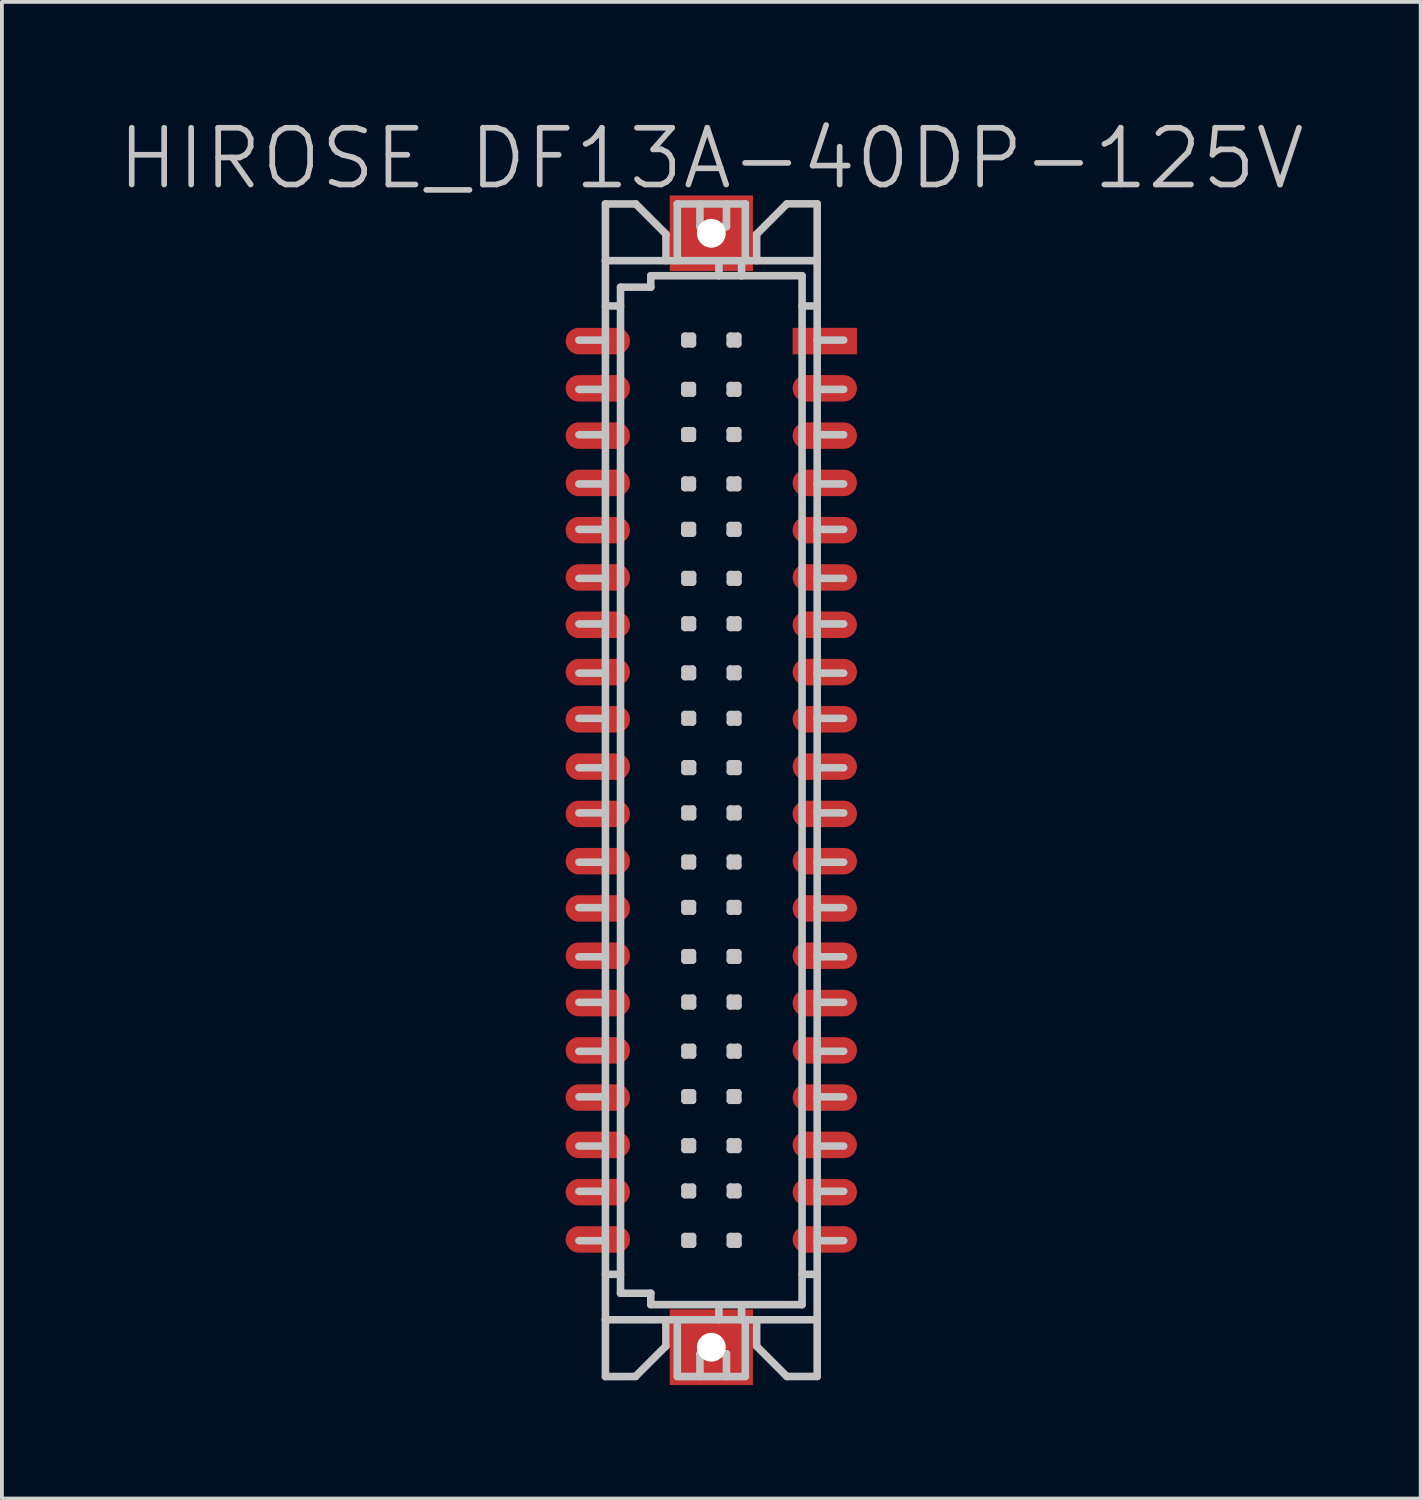
<source format=kicad_pcb>
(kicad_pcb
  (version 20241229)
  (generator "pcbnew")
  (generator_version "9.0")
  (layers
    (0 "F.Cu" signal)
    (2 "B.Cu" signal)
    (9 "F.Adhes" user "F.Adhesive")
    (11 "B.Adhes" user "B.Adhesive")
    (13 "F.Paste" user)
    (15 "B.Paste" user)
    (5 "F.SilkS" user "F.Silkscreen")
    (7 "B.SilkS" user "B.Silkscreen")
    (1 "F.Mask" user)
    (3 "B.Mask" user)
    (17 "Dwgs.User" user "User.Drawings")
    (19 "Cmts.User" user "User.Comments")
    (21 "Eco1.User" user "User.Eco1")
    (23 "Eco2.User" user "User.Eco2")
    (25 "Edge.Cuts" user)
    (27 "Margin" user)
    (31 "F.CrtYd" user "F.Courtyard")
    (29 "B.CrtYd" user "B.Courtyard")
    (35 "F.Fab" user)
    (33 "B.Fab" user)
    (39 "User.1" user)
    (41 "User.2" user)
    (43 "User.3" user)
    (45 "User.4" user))
  (footprint "HIROSE_DF13A-40DP-125V"
    (layer "F.Cu")
    (at 15.754 17.841)
    (property "Reference" "HIROSE_DF13A-40DP-125V" (at 0 -16.7 180) (layer "Dwgs.User") (effects (font (size 1.5 1.5) (thickness 0.15))))
    (attr smd)
    (fp_line (start -2.799 -15.502) (end -2.799 -14) (stroke (width 0.2) (type solid)) (layer "Dwgs.User"))
    (fp_line (start -2.799 -15.499) (end -1.999 -15.499) (stroke (width 0.2) (type solid)) (layer "Dwgs.User"))
    (fp_line (start -2.799 -14) (end -2.799 14) (stroke (width 0.2) (type solid)) (layer "Dwgs.User"))
    (fp_line (start -2.799 -11.9) (end -3.5 -11.9) (stroke (width 0.2) (type solid)) (layer "Dwgs.User"))
    (fp_line (start -2.799 -10.597) (end -3.5 -10.597) (stroke (width 0.2) (type solid)) (layer "Dwgs.User"))
    (fp_line (start -2.799 -9.398) (end -3.5 -9.398) (stroke (width 0.2) (type solid)) (layer "Dwgs.User"))
    (fp_line (start -2.799 -8.098) (end -3.5 -8.098) (stroke (width 0.2) (type solid)) (layer "Dwgs.User"))
    (fp_line (start -2.799 -6.896) (end -3.5 -6.896) (stroke (width 0.2) (type solid)) (layer "Dwgs.User"))
    (fp_line (start -2.799 -5.601) (end -3.5 -5.601) (stroke (width 0.2) (type solid)) (layer "Dwgs.User"))
    (fp_line (start -2.799 -4.397) (end -3.5 -4.397) (stroke (width 0.2) (type solid)) (layer "Dwgs.User"))
    (fp_line (start -2.799 -3.096) (end -3.5 -3.096) (stroke (width 0.2) (type solid)) (layer "Dwgs.User"))
    (fp_line (start -2.799 -1.9) (end -3.5 -1.9) (stroke (width 0.2) (type solid)) (layer "Dwgs.User"))
    (fp_line (start -2.799 -0.594) (end -3.5 -0.594) (stroke (width 0.2) (type solid)) (layer "Dwgs.User"))
    (fp_line (start -2.799 0.599) (end -3.5 0.599) (stroke (width 0.2) (type solid)) (layer "Dwgs.User"))
    (fp_line (start -2.799 1.902) (end -3.5 1.902) (stroke (width 0.2) (type solid)) (layer "Dwgs.User"))
    (fp_line (start -2.799 3.104) (end -3.5 3.104) (stroke (width 0.2) (type solid)) (layer "Dwgs.User"))
    (fp_line (start -2.799 4.402) (end -3.5 4.402) (stroke (width 0.2) (type solid)) (layer "Dwgs.User"))
    (fp_line (start -2.799 5.606) (end -3.5 5.606) (stroke (width 0.2) (type solid)) (layer "Dwgs.User"))
    (fp_line (start -2.799 6.901) (end -3.5 6.901) (stroke (width 0.2) (type solid)) (layer "Dwgs.User"))
    (fp_line (start -2.799 8.105) (end -3.5 8.105) (stroke (width 0.2) (type solid)) (layer "Dwgs.User"))
    (fp_line (start -2.799 9.406) (end -3.5 9.406) (stroke (width 0.2) (type solid)) (layer "Dwgs.User"))
    (fp_line (start -2.799 10.602) (end -3.5 10.602) (stroke (width 0.2) (type solid)) (layer "Dwgs.User"))
    (fp_line (start -2.799 11.908) (end -3.5 11.908) (stroke (width 0.2) (type solid)) (layer "Dwgs.User"))
    (fp_line (start -2.799 13.998) (end -2.799 15.499) (stroke (width 0.2) (type solid)) (layer "Dwgs.User"))
    (fp_line (start -2.799 13.998) (end 2.799 13.998) (stroke (width 0.2) (type solid)) (layer "Dwgs.User"))
    (fp_line (start -2.799 15.499) (end -1.999 15.499) (stroke (width 0.2) (type solid)) (layer "Dwgs.User"))
    (fp_line (start -2.4 -13.299) (end -1.6 -13.299) (stroke (width 0.2) (type solid)) (layer "Dwgs.User"))
    (fp_line (start -2.4 -12.802) (end -2.799 -12.802) (stroke (width 0.2) (type solid)) (layer "Dwgs.User"))
    (fp_line (start -2.4 12.797) (end -2.799 12.797) (stroke (width 0.2) (type solid)) (layer "Dwgs.User"))
    (fp_line (start -2.4 13.299) (end -2.4 -13.299) (stroke (width 0.2) (type solid)) (layer "Dwgs.User"))
    (fp_line (start -1.6 -13.602) (end 2.4 -13.602) (stroke (width 0.2) (type solid)) (layer "Dwgs.User"))
    (fp_line (start -1.6 -13.299) (end -1.6 -13.602) (stroke (width 0.2) (type solid)) (layer "Dwgs.User"))
    (fp_line (start -1.6 13.297) (end -2.4 13.297) (stroke (width 0.2) (type solid)) (layer "Dwgs.User"))
    (fp_line (start -1.6 13.599) (end -1.6 13.297) (stroke (width 0.2) (type solid)) (layer "Dwgs.User"))
    (fp_line (start -1.201 13.995) (end -1.201 14.696) (stroke (width 0.2) (type solid)) (layer "Dwgs.User"))
    (fp_line (start -1.201 14.694) (end -2.002 15.494) (stroke (width 0.2) (type solid)) (layer "Dwgs.User"))
    (fp_line (start -1.199 -14.702) (end -1.999 -15.502) (stroke (width 0.2) (type solid)) (layer "Dwgs.User"))
    (fp_line (start -1.199 -14) (end -1.199 -14.702) (stroke (width 0.2) (type solid)) (layer "Dwgs.User"))
    (fp_line (start -0.899 -15.502) (end -0.899 -14) (stroke (width 0.2) (type solid)) (layer "Dwgs.User"))
    (fp_line (start -0.899 -15.499) (end 0.899 -15.499) (stroke (width 0.2) (type solid)) (layer "Dwgs.User"))
    (fp_line (start -0.899 15.497) (end -0.899 13.998) (stroke (width 0.2) (type solid)) (layer "Dwgs.User"))
    (fp_line (start -0.699 -12.002) (end -0.699 -11.801) (stroke (width 0.2) (type solid)) (layer "Dwgs.User"))
    (fp_line (start -0.699 -11.801) (end -0.498 -11.801) (stroke (width 0.2) (type solid)) (layer "Dwgs.User"))
    (fp_line (start -0.699 -10.698) (end -0.5 -10.698) (stroke (width 0.2) (type solid)) (layer "Dwgs.User"))
    (fp_line (start -0.699 -10.5) (end -0.699 -10.698) (stroke (width 0.2) (type solid)) (layer "Dwgs.User"))
    (fp_line (start -0.699 -9.502) (end -0.5 -9.502) (stroke (width 0.2) (type solid)) (layer "Dwgs.User"))
    (fp_line (start -0.699 -9.304) (end -0.699 -9.502) (stroke (width 0.2) (type solid)) (layer "Dwgs.User"))
    (fp_line (start -0.699 -8.199) (end -0.5 -8.199) (stroke (width 0.2) (type solid)) (layer "Dwgs.User"))
    (fp_line (start -0.699 -8.001) (end -0.699 -8.199) (stroke (width 0.2) (type solid)) (layer "Dwgs.User"))
    (fp_line (start -0.699 -6.998) (end -0.498 -6.998) (stroke (width 0.2) (type solid)) (layer "Dwgs.User"))
    (fp_line (start -0.699 -6.797) (end -0.699 -6.998) (stroke (width 0.2) (type solid)) (layer "Dwgs.User"))
    (fp_line (start -0.696 -5.702) (end -0.696 -5.502) (stroke (width 0.2) (type solid)) (layer "Dwgs.User"))
    (fp_line (start -0.696 -5.502) (end -0.495 -5.502) (stroke (width 0.2) (type solid)) (layer "Dwgs.User"))
    (fp_line (start -0.696 -4.501) (end -0.498 -4.501) (stroke (width 0.2) (type solid)) (layer "Dwgs.User"))
    (fp_line (start -0.696 -4.303) (end -0.696 -4.501) (stroke (width 0.2) (type solid)) (layer "Dwgs.User"))
    (fp_line (start -0.696 -3.203) (end -0.498 -3.203) (stroke (width 0.2) (type solid)) (layer "Dwgs.User"))
    (fp_line (start -0.696 -3.005) (end -0.696 -3.203) (stroke (width 0.2) (type solid)) (layer "Dwgs.User"))
    (fp_line (start -0.696 -2.002) (end -0.498 -2.002) (stroke (width 0.2) (type solid)) (layer "Dwgs.User"))
    (fp_line (start -0.696 -1.803) (end -0.696 -2.002) (stroke (width 0.2) (type solid)) (layer "Dwgs.User"))
    (fp_line (start -0.696 -0.699) (end -0.495 -0.699) (stroke (width 0.2) (type solid)) (layer "Dwgs.User"))
    (fp_line (start -0.696 -0.498) (end -0.696 -0.699) (stroke (width 0.2) (type solid)) (layer "Dwgs.User"))
    (fp_line (start -0.696 0.498) (end -0.696 0.699) (stroke (width 0.2) (type solid)) (layer "Dwgs.User"))
    (fp_line (start -0.696 0.699) (end -0.495 0.699) (stroke (width 0.2) (type solid)) (layer "Dwgs.User"))
    (fp_line (start -0.696 1.798) (end -0.498 1.798) (stroke (width 0.2) (type solid)) (layer "Dwgs.User"))
    (fp_line (start -0.696 1.996) (end -0.696 1.798) (stroke (width 0.2) (type solid)) (layer "Dwgs.User"))
    (fp_line (start -0.696 2.997) (end -0.498 2.997) (stroke (width 0.2) (type solid)) (layer "Dwgs.User"))
    (fp_line (start -0.696 3.195) (end -0.696 2.997) (stroke (width 0.2) (type solid)) (layer "Dwgs.User"))
    (fp_line (start -0.696 4.295) (end -0.498 4.295) (stroke (width 0.2) (type solid)) (layer "Dwgs.User"))
    (fp_line (start -0.696 4.493) (end -0.696 4.295) (stroke (width 0.2) (type solid)) (layer "Dwgs.User"))
    (fp_line (start -0.696 5.499) (end -0.495 5.499) (stroke (width 0.2) (type solid)) (layer "Dwgs.User"))
    (fp_line (start -0.696 5.7) (end -0.696 5.499) (stroke (width 0.2) (type solid)) (layer "Dwgs.User"))
    (fp_line (start -0.696 6.797) (end -0.696 6.998) (stroke (width 0.2) (type solid)) (layer "Dwgs.User"))
    (fp_line (start -0.696 6.998) (end -0.495 6.998) (stroke (width 0.2) (type solid)) (layer "Dwgs.User"))
    (fp_line (start -0.696 7.998) (end -0.498 7.998) (stroke (width 0.2) (type solid)) (layer "Dwgs.User"))
    (fp_line (start -0.696 8.197) (end -0.696 7.998) (stroke (width 0.2) (type solid)) (layer "Dwgs.User"))
    (fp_line (start -0.696 9.296) (end -0.498 9.296) (stroke (width 0.2) (type solid)) (layer "Dwgs.User"))
    (fp_line (start -0.696 9.495) (end -0.696 9.296) (stroke (width 0.2) (type solid)) (layer "Dwgs.User"))
    (fp_line (start -0.696 10.493) (end -0.498 10.493) (stroke (width 0.2) (type solid)) (layer "Dwgs.User"))
    (fp_line (start -0.696 10.691) (end -0.696 10.493) (stroke (width 0.2) (type solid)) (layer "Dwgs.User"))
    (fp_line (start -0.696 11.798) (end -0.495 11.798) (stroke (width 0.2) (type solid)) (layer "Dwgs.User"))
    (fp_line (start -0.696 11.999) (end -0.696 11.798) (stroke (width 0.2) (type solid)) (layer "Dwgs.User"))
    (fp_line (start -0.5 -10.698) (end -0.5 -10.5) (stroke (width 0.2) (type solid)) (layer "Dwgs.User"))
    (fp_line (start -0.5 -10.5) (end -0.699 -10.5) (stroke (width 0.2) (type solid)) (layer "Dwgs.User"))
    (fp_line (start -0.5 -9.502) (end -0.5 -9.304) (stroke (width 0.2) (type solid)) (layer "Dwgs.User"))
    (fp_line (start -0.5 -9.304) (end -0.699 -9.304) (stroke (width 0.2) (type solid)) (layer "Dwgs.User"))
    (fp_line (start -0.5 -8.199) (end -0.5 -8.001) (stroke (width 0.2) (type solid)) (layer "Dwgs.User"))
    (fp_line (start -0.5 -8.001) (end -0.699 -8.001) (stroke (width 0.2) (type solid)) (layer "Dwgs.User"))
    (fp_line (start -0.498 -12.002) (end -0.699 -12.002) (stroke (width 0.2) (type solid)) (layer "Dwgs.User"))
    (fp_line (start -0.498 -11.801) (end -0.498 -12.002) (stroke (width 0.2) (type solid)) (layer "Dwgs.User"))
    (fp_line (start -0.498 -6.998) (end -0.498 -6.797) (stroke (width 0.2) (type solid)) (layer "Dwgs.User"))
    (fp_line (start -0.498 -6.797) (end -0.699 -6.797) (stroke (width 0.2) (type solid)) (layer "Dwgs.User"))
    (fp_line (start -0.498 -4.501) (end -0.498 -4.303) (stroke (width 0.2) (type solid)) (layer "Dwgs.User"))
    (fp_line (start -0.498 -4.303) (end -0.696 -4.303) (stroke (width 0.2) (type solid)) (layer "Dwgs.User"))
    (fp_line (start -0.498 -3.203) (end -0.498 -3.005) (stroke (width 0.2) (type solid)) (layer "Dwgs.User"))
    (fp_line (start -0.498 -3.005) (end -0.696 -3.005) (stroke (width 0.2) (type solid)) (layer "Dwgs.User"))
    (fp_line (start -0.498 -2.002) (end -0.498 -1.803) (stroke (width 0.2) (type solid)) (layer "Dwgs.User"))
    (fp_line (start -0.498 -1.803) (end -0.696 -1.803) (stroke (width 0.2) (type solid)) (layer "Dwgs.User"))
    (fp_line (start -0.498 1.798) (end -0.498 1.996) (stroke (width 0.2) (type solid)) (layer "Dwgs.User"))
    (fp_line (start -0.498 1.996) (end -0.696 1.996) (stroke (width 0.2) (type solid)) (layer "Dwgs.User"))
    (fp_line (start -0.498 2.997) (end -0.498 3.195) (stroke (width 0.2) (type solid)) (layer "Dwgs.User"))
    (fp_line (start -0.498 3.195) (end -0.696 3.195) (stroke (width 0.2) (type solid)) (layer "Dwgs.User"))
    (fp_line (start -0.498 4.295) (end -0.498 4.493) (stroke (width 0.2) (type solid)) (layer "Dwgs.User"))
    (fp_line (start -0.498 4.493) (end -0.696 4.493) (stroke (width 0.2) (type solid)) (layer "Dwgs.User"))
    (fp_line (start -0.498 7.998) (end -0.498 8.197) (stroke (width 0.2) (type solid)) (layer "Dwgs.User"))
    (fp_line (start -0.498 8.197) (end -0.696 8.197) (stroke (width 0.2) (type solid)) (layer "Dwgs.User"))
    (fp_line (start -0.498 9.296) (end -0.498 9.495) (stroke (width 0.2) (type solid)) (layer "Dwgs.User"))
    (fp_line (start -0.498 9.495) (end -0.696 9.495) (stroke (width 0.2) (type solid)) (layer "Dwgs.User"))
    (fp_line (start -0.498 10.493) (end -0.498 10.691) (stroke (width 0.2) (type solid)) (layer "Dwgs.User"))
    (fp_line (start -0.498 10.691) (end -0.696 10.691) (stroke (width 0.2) (type solid)) (layer "Dwgs.User"))
    (fp_line (start -0.495 -5.702) (end -0.696 -5.702) (stroke (width 0.2) (type solid)) (layer "Dwgs.User"))
    (fp_line (start -0.495 -5.502) (end -0.495 -5.702) (stroke (width 0.2) (type solid)) (layer "Dwgs.User"))
    (fp_line (start -0.495 -0.699) (end -0.495 -0.498) (stroke (width 0.2) (type solid)) (layer "Dwgs.User"))
    (fp_line (start -0.495 -0.498) (end -0.696 -0.498) (stroke (width 0.2) (type solid)) (layer "Dwgs.User"))
    (fp_line (start -0.495 0.498) (end -0.696 0.498) (stroke (width 0.2) (type solid)) (layer "Dwgs.User"))
    (fp_line (start -0.495 0.699) (end -0.495 0.498) (stroke (width 0.2) (type solid)) (layer "Dwgs.User"))
    (fp_line (start -0.495 5.499) (end -0.495 5.7) (stroke (width 0.2) (type solid)) (layer "Dwgs.User"))
    (fp_line (start -0.495 5.7) (end -0.696 5.7) (stroke (width 0.2) (type solid)) (layer "Dwgs.User"))
    (fp_line (start -0.495 6.797) (end -0.696 6.797) (stroke (width 0.2) (type solid)) (layer "Dwgs.User"))
    (fp_line (start -0.495 6.998) (end -0.495 6.797) (stroke (width 0.2) (type solid)) (layer "Dwgs.User"))
    (fp_line (start -0.495 11.798) (end -0.495 11.999) (stroke (width 0.2) (type solid)) (layer "Dwgs.User"))
    (fp_line (start -0.495 11.999) (end -0.696 11.999) (stroke (width 0.2) (type solid)) (layer "Dwgs.User"))
    (fp_line (start -0.3 -14.9) (end -0.3 -15.499) (stroke (width 0.2) (type solid)) (layer "Dwgs.User"))
    (fp_line (start -0.3 14.9) (end -0.3 15.499) (stroke (width 0.2) (type solid)) (layer "Dwgs.User"))
    (fp_line (start 0.201 -14) (end 0.201 -13.599) (stroke (width 0.2) (type solid)) (layer "Dwgs.User"))
    (fp_line (start 0.201 13.599) (end 0.201 14) (stroke (width 0.2) (type solid)) (layer "Dwgs.User"))
    (fp_line (start 0.401 -15.499) (end 0.401 -14.9) (stroke (width 0.2) (type solid)) (layer "Dwgs.User"))
    (fp_line (start 0.401 -14.9) (end -0.3 -14.9) (stroke (width 0.2) (type solid)) (layer "Dwgs.User"))
    (fp_line (start 0.401 14.897) (end -0.3 14.897) (stroke (width 0.2) (type solid)) (layer "Dwgs.User"))
    (fp_line (start 0.401 14.9) (end 0.401 15.499) (stroke (width 0.2) (type solid)) (layer "Dwgs.User"))
    (fp_line (start 0.5 -12.002) (end 0.5 -11.801) (stroke (width 0.2) (type solid)) (layer "Dwgs.User"))
    (fp_line (start 0.5 -11.801) (end 0.701 -11.801) (stroke (width 0.2) (type solid)) (layer "Dwgs.User"))
    (fp_line (start 0.5 -10.698) (end 0.699 -10.698) (stroke (width 0.2) (type solid)) (layer "Dwgs.User"))
    (fp_line (start 0.5 -10.5) (end 0.5 -10.698) (stroke (width 0.2) (type solid)) (layer "Dwgs.User"))
    (fp_line (start 0.5 -9.502) (end 0.699 -9.502) (stroke (width 0.2) (type solid)) (layer "Dwgs.User"))
    (fp_line (start 0.5 -9.304) (end 0.5 -9.502) (stroke (width 0.2) (type solid)) (layer "Dwgs.User"))
    (fp_line (start 0.5 -8.199) (end 0.699 -8.199) (stroke (width 0.2) (type solid)) (layer "Dwgs.User"))
    (fp_line (start 0.5 -8.001) (end 0.5 -8.199) (stroke (width 0.2) (type solid)) (layer "Dwgs.User"))
    (fp_line (start 0.5 -6.998) (end 0.701 -6.998) (stroke (width 0.2) (type solid)) (layer "Dwgs.User"))
    (fp_line (start 0.5 -6.797) (end 0.5 -6.998) (stroke (width 0.2) (type solid)) (layer "Dwgs.User"))
    (fp_line (start 0.503 -5.702) (end 0.503 -5.502) (stroke (width 0.2) (type solid)) (layer "Dwgs.User"))
    (fp_line (start 0.503 -5.502) (end 0.704 -5.502) (stroke (width 0.2) (type solid)) (layer "Dwgs.User"))
    (fp_line (start 0.503 -4.501) (end 0.701 -4.501) (stroke (width 0.2) (type solid)) (layer "Dwgs.User"))
    (fp_line (start 0.503 -4.303) (end 0.503 -4.501) (stroke (width 0.2) (type solid)) (layer "Dwgs.User"))
    (fp_line (start 0.503 -3.203) (end 0.701 -3.203) (stroke (width 0.2) (type solid)) (layer "Dwgs.User"))
    (fp_line (start 0.503 -3.005) (end 0.503 -3.203) (stroke (width 0.2) (type solid)) (layer "Dwgs.User"))
    (fp_line (start 0.503 -2.002) (end 0.701 -2.002) (stroke (width 0.2) (type solid)) (layer "Dwgs.User"))
    (fp_line (start 0.503 -1.803) (end 0.503 -2.002) (stroke (width 0.2) (type solid)) (layer "Dwgs.User"))
    (fp_line (start 0.503 -0.699) (end 0.704 -0.699) (stroke (width 0.2) (type solid)) (layer "Dwgs.User"))
    (fp_line (start 0.503 -0.498) (end 0.503 -0.699) (stroke (width 0.2) (type solid)) (layer "Dwgs.User"))
    (fp_line (start 0.503 0.498) (end 0.503 0.699) (stroke (width 0.2) (type solid)) (layer "Dwgs.User"))
    (fp_line (start 0.503 0.699) (end 0.704 0.699) (stroke (width 0.2) (type solid)) (layer "Dwgs.User"))
    (fp_line (start 0.503 1.798) (end 0.701 1.798) (stroke (width 0.2) (type solid)) (layer "Dwgs.User"))
    (fp_line (start 0.503 1.996) (end 0.503 1.798) (stroke (width 0.2) (type solid)) (layer "Dwgs.User"))
    (fp_line (start 0.503 2.997) (end 0.701 2.997) (stroke (width 0.2) (type solid)) (layer "Dwgs.User"))
    (fp_line (start 0.503 3.195) (end 0.503 2.997) (stroke (width 0.2) (type solid)) (layer "Dwgs.User"))
    (fp_line (start 0.503 4.295) (end 0.701 4.295) (stroke (width 0.2) (type solid)) (layer "Dwgs.User"))
    (fp_line (start 0.503 4.493) (end 0.503 4.295) (stroke (width 0.2) (type solid)) (layer "Dwgs.User"))
    (fp_line (start 0.503 5.499) (end 0.704 5.499) (stroke (width 0.2) (type solid)) (layer "Dwgs.User"))
    (fp_line (start 0.503 5.7) (end 0.503 5.499) (stroke (width 0.2) (type solid)) (layer "Dwgs.User"))
    (fp_line (start 0.503 6.797) (end 0.503 6.998) (stroke (width 0.2) (type solid)) (layer "Dwgs.User"))
    (fp_line (start 0.503 6.998) (end 0.704 6.998) (stroke (width 0.2) (type solid)) (layer "Dwgs.User"))
    (fp_line (start 0.503 7.998) (end 0.701 7.998) (stroke (width 0.2) (type solid)) (layer "Dwgs.User"))
    (fp_line (start 0.503 8.197) (end 0.503 7.998) (stroke (width 0.2) (type solid)) (layer "Dwgs.User"))
    (fp_line (start 0.503 9.296) (end 0.701 9.296) (stroke (width 0.2) (type solid)) (layer "Dwgs.User"))
    (fp_line (start 0.503 9.495) (end 0.503 9.296) (stroke (width 0.2) (type solid)) (layer "Dwgs.User"))
    (fp_line (start 0.503 10.493) (end 0.701 10.493) (stroke (width 0.2) (type solid)) (layer "Dwgs.User"))
    (fp_line (start 0.503 10.691) (end 0.503 10.493) (stroke (width 0.2) (type solid)) (layer "Dwgs.User"))
    (fp_line (start 0.503 11.798) (end 0.704 11.798) (stroke (width 0.2) (type solid)) (layer "Dwgs.User"))
    (fp_line (start 0.503 11.999) (end 0.503 11.798) (stroke (width 0.2) (type solid)) (layer "Dwgs.User"))
    (fp_line (start 0.699 -10.698) (end 0.699 -10.5) (stroke (width 0.2) (type solid)) (layer "Dwgs.User"))
    (fp_line (start 0.699 -10.5) (end 0.5 -10.5) (stroke (width 0.2) (type solid)) (layer "Dwgs.User"))
    (fp_line (start 0.699 -9.502) (end 0.699 -9.304) (stroke (width 0.2) (type solid)) (layer "Dwgs.User"))
    (fp_line (start 0.699 -9.304) (end 0.5 -9.304) (stroke (width 0.2) (type solid)) (layer "Dwgs.User"))
    (fp_line (start 0.699 -8.199) (end 0.699 -8.001) (stroke (width 0.2) (type solid)) (layer "Dwgs.User"))
    (fp_line (start 0.699 -8.001) (end 0.5 -8.001) (stroke (width 0.2) (type solid)) (layer "Dwgs.User"))
    (fp_line (start 0.701 -12.002) (end 0.5 -12.002) (stroke (width 0.2) (type solid)) (layer "Dwgs.User"))
    (fp_line (start 0.701 -11.801) (end 0.701 -12.002) (stroke (width 0.2) (type solid)) (layer "Dwgs.User"))
    (fp_line (start 0.701 -6.998) (end 0.701 -6.797) (stroke (width 0.2) (type solid)) (layer "Dwgs.User"))
    (fp_line (start 0.701 -6.797) (end 0.5 -6.797) (stroke (width 0.2) (type solid)) (layer "Dwgs.User"))
    (fp_line (start 0.701 -4.501) (end 0.701 -4.303) (stroke (width 0.2) (type solid)) (layer "Dwgs.User"))
    (fp_line (start 0.701 -4.303) (end 0.503 -4.303) (stroke (width 0.2) (type solid)) (layer "Dwgs.User"))
    (fp_line (start 0.701 -3.203) (end 0.701 -3.005) (stroke (width 0.2) (type solid)) (layer "Dwgs.User"))
    (fp_line (start 0.701 -3.005) (end 0.503 -3.005) (stroke (width 0.2) (type solid)) (layer "Dwgs.User"))
    (fp_line (start 0.701 -2.002) (end 0.701 -1.803) (stroke (width 0.2) (type solid)) (layer "Dwgs.User"))
    (fp_line (start 0.701 -1.803) (end 0.503 -1.803) (stroke (width 0.2) (type solid)) (layer "Dwgs.User"))
    (fp_line (start 0.701 1.798) (end 0.701 1.996) (stroke (width 0.2) (type solid)) (layer "Dwgs.User"))
    (fp_line (start 0.701 1.996) (end 0.503 1.996) (stroke (width 0.2) (type solid)) (layer "Dwgs.User"))
    (fp_line (start 0.701 2.997) (end 0.701 3.195) (stroke (width 0.2) (type solid)) (layer "Dwgs.User"))
    (fp_line (start 0.701 3.195) (end 0.503 3.195) (stroke (width 0.2) (type solid)) (layer "Dwgs.User"))
    (fp_line (start 0.701 4.295) (end 0.701 4.493) (stroke (width 0.2) (type solid)) (layer "Dwgs.User"))
    (fp_line (start 0.701 4.493) (end 0.503 4.493) (stroke (width 0.2) (type solid)) (layer "Dwgs.User"))
    (fp_line (start 0.701 7.998) (end 0.701 8.197) (stroke (width 0.2) (type solid)) (layer "Dwgs.User"))
    (fp_line (start 0.701 8.197) (end 0.503 8.197) (stroke (width 0.2) (type solid)) (layer "Dwgs.User"))
    (fp_line (start 0.701 9.296) (end 0.701 9.495) (stroke (width 0.2) (type solid)) (layer "Dwgs.User"))
    (fp_line (start 0.701 9.495) (end 0.503 9.495) (stroke (width 0.2) (type solid)) (layer "Dwgs.User"))
    (fp_line (start 0.701 10.493) (end 0.701 10.691) (stroke (width 0.2) (type solid)) (layer "Dwgs.User"))
    (fp_line (start 0.701 10.691) (end 0.503 10.691) (stroke (width 0.2) (type solid)) (layer "Dwgs.User"))
    (fp_line (start 0.704 -5.702) (end 0.503 -5.702) (stroke (width 0.2) (type solid)) (layer "Dwgs.User"))
    (fp_line (start 0.704 -5.502) (end 0.704 -5.702) (stroke (width 0.2) (type solid)) (layer "Dwgs.User"))
    (fp_line (start 0.704 -0.699) (end 0.704 -0.498) (stroke (width 0.2) (type solid)) (layer "Dwgs.User"))
    (fp_line (start 0.704 -0.498) (end 0.503 -0.498) (stroke (width 0.2) (type solid)) (layer "Dwgs.User"))
    (fp_line (start 0.704 0.498) (end 0.503 0.498) (stroke (width 0.2) (type solid)) (layer "Dwgs.User"))
    (fp_line (start 0.704 0.699) (end 0.704 0.498) (stroke (width 0.2) (type solid)) (layer "Dwgs.User"))
    (fp_line (start 0.704 5.499) (end 0.704 5.7) (stroke (width 0.2) (type solid)) (layer "Dwgs.User"))
    (fp_line (start 0.704 5.7) (end 0.503 5.7) (stroke (width 0.2) (type solid)) (layer "Dwgs.User"))
    (fp_line (start 0.704 6.797) (end 0.503 6.797) (stroke (width 0.2) (type solid)) (layer "Dwgs.User"))
    (fp_line (start 0.704 6.998) (end 0.704 6.797) (stroke (width 0.2) (type solid)) (layer "Dwgs.User"))
    (fp_line (start 0.704 11.798) (end 0.704 11.999) (stroke (width 0.2) (type solid)) (layer "Dwgs.User"))
    (fp_line (start 0.704 11.999) (end 0.503 11.999) (stroke (width 0.2) (type solid)) (layer "Dwgs.User"))
    (fp_line (start 0.8 -14) (end 0.8 -13.599) (stroke (width 0.2) (type solid)) (layer "Dwgs.User"))
    (fp_line (start 0.8 14) (end 0.8 13.599) (stroke (width 0.2) (type solid)) (layer "Dwgs.User"))
    (fp_line (start 0.899 -15.502) (end 0.899 -14) (stroke (width 0.2) (type solid)) (layer "Dwgs.User"))
    (fp_line (start 0.899 15.497) (end 0.899 13.998) (stroke (width 0.2) (type solid)) (layer "Dwgs.User"))
    (fp_line (start 0.899 15.499) (end -0.899 15.499) (stroke (width 0.2) (type solid)) (layer "Dwgs.User"))
    (fp_line (start 1.199 -14.702) (end 1.199 -14) (stroke (width 0.2) (type solid)) (layer "Dwgs.User"))
    (fp_line (start 1.199 13.995) (end 1.199 14.696) (stroke (width 0.2) (type solid)) (layer "Dwgs.User"))
    (fp_line (start 1.199 14.699) (end 1.999 15.499) (stroke (width 0.2) (type solid)) (layer "Dwgs.User"))
    (fp_line (start 1.999 -15.502) (end 1.199 -14.702) (stroke (width 0.2) (type solid)) (layer "Dwgs.User"))
    (fp_line (start 2.4 -13.599) (end 2.4 13.599) (stroke (width 0.2) (type solid)) (layer "Dwgs.User"))
    (fp_line (start 2.4 13.599) (end -1.6 13.599) (stroke (width 0.2) (type solid)) (layer "Dwgs.User"))
    (fp_line (start 2.799 -15.502) (end 1.999 -15.502) (stroke (width 0.2) (type solid)) (layer "Dwgs.User"))
    (fp_line (start 2.799 -14) (end -2.799 -14) (stroke (width 0.2) (type solid)) (layer "Dwgs.User"))
    (fp_line (start 2.799 -14) (end 2.799 -15.502) (stroke (width 0.2) (type solid)) (layer "Dwgs.User"))
    (fp_line (start 2.799 -12.802) (end 2.4 -12.802) (stroke (width 0.2) (type solid)) (layer "Dwgs.User"))
    (fp_line (start 2.799 12.797) (end 2.4 12.797) (stroke (width 0.2) (type solid)) (layer "Dwgs.User"))
    (fp_line (start 2.799 14) (end 2.799 -14) (stroke (width 0.2) (type solid)) (layer "Dwgs.User"))
    (fp_line (start 2.799 15.497) (end 1.999 15.497) (stroke (width 0.2) (type solid)) (layer "Dwgs.User"))
    (fp_line (start 2.799 15.497) (end 2.799 13.995) (stroke (width 0.2) (type solid)) (layer "Dwgs.User"))
    (fp_line (start 3.5 -11.9) (end 2.799 -11.9) (stroke (width 0.2) (type solid)) (layer "Dwgs.User"))
    (fp_line (start 3.5 -10.597) (end 2.799 -10.597) (stroke (width 0.2) (type solid)) (layer "Dwgs.User"))
    (fp_line (start 3.5 -9.398) (end 2.799 -9.398) (stroke (width 0.2) (type solid)) (layer "Dwgs.User"))
    (fp_line (start 3.5 -8.098) (end 2.799 -8.098) (stroke (width 0.2) (type solid)) (layer "Dwgs.User"))
    (fp_line (start 3.5 -6.896) (end 2.799 -6.896) (stroke (width 0.2) (type solid)) (layer "Dwgs.User"))
    (fp_line (start 3.5 -5.601) (end 2.799 -5.601) (stroke (width 0.2) (type solid)) (layer "Dwgs.User"))
    (fp_line (start 3.5 -4.397) (end 2.799 -4.397) (stroke (width 0.2) (type solid)) (layer "Dwgs.User"))
    (fp_line (start 3.5 -3.096) (end 2.799 -3.096) (stroke (width 0.2) (type solid)) (layer "Dwgs.User"))
    (fp_line (start 3.5 -1.9) (end 2.799 -1.9) (stroke (width 0.2) (type solid)) (layer "Dwgs.User"))
    (fp_line (start 3.5 -0.594) (end 2.799 -0.594) (stroke (width 0.2) (type solid)) (layer "Dwgs.User"))
    (fp_line (start 3.5 0.599) (end 2.799 0.599) (stroke (width 0.2) (type solid)) (layer "Dwgs.User"))
    (fp_line (start 3.5 1.902) (end 2.799 1.902) (stroke (width 0.2) (type solid)) (layer "Dwgs.User"))
    (fp_line (start 3.5 3.104) (end 2.799 3.104) (stroke (width 0.2) (type solid)) (layer "Dwgs.User"))
    (fp_line (start 3.5 4.402) (end 2.799 4.402) (stroke (width 0.2) (type solid)) (layer "Dwgs.User"))
    (fp_line (start 3.5 5.606) (end 2.799 5.606) (stroke (width 0.2) (type solid)) (layer "Dwgs.User"))
    (fp_line (start 3.5 6.901) (end 2.799 6.901) (stroke (width 0.2) (type solid)) (layer "Dwgs.User"))
    (fp_line (start 3.5 8.105) (end 2.799 8.105) (stroke (width 0.2) (type solid)) (layer "Dwgs.User"))
    (fp_line (start 3.5 9.406) (end 2.799 9.406) (stroke (width 0.2) (type solid)) (layer "Dwgs.User"))
    (fp_line (start 3.5 10.602) (end 2.799 10.602) (stroke (width 0.2) (type solid)) (layer "Dwgs.User"))
    (fp_line (start 3.5 11.908) (end 2.799 11.908) (stroke (width 0.2) (type solid)) (layer "Dwgs.User"))
    (pad "" np_thru_hole rect (at 0 -14.724 270) (size 1.999 2.2) (drill 0.762) (layers "F.Cu" "F.Mask" "F.Paste"))
    (pad "" np_thru_hole rect (at 0 14.724 270) (size 1.999 2.2) (drill 0.762) (layers "F.Cu" "F.Mask" "F.Paste"))
    (pad "1" smd rect (at 3 -11.874 270) (size 0.7 1.7) (layers "F.Cu" "F.Mask" "F.Paste"))
    (pad "2" smd oval (at 3 -10.625 270) (size 0.7 1.7) (layers "F.Cu" "F.Mask" "F.Paste"))
    (pad "3" smd oval (at 3 -9.375 270) (size 0.7 1.7) (layers "F.Cu" "F.Mask" "F.Paste"))
    (pad "4" smd oval (at 3 -8.125 270) (size 0.7 1.7) (layers "F.Cu" "F.Mask" "F.Paste"))
    (pad "5" smd oval (at 3 -6.876 270) (size 0.7 1.7) (layers "F.Cu" "F.Mask" "F.Paste"))
    (pad "6" smd oval (at 3 -5.626 270) (size 0.7 1.7) (layers "F.Cu" "F.Mask" "F.Paste"))
    (pad "7" smd oval (at 3 -4.374 270) (size 0.7 1.7) (layers "F.Cu" "F.Mask" "F.Paste"))
    (pad "8" smd oval (at 3 -3.124 270) (size 0.7 1.7) (layers "F.Cu" "F.Mask" "F.Paste"))
    (pad "9" smd oval (at 3 -1.875 270) (size 0.7 1.7) (layers "F.Cu" "F.Mask" "F.Paste"))
    (pad "10" smd oval (at 3 -0.625 270) (size 0.7 1.7) (layers "F.Cu" "F.Mask" "F.Paste"))
    (pad "11" smd oval (at 3 0.625 270) (size 0.7 1.7) (layers "F.Cu" "F.Mask" "F.Paste"))
    (pad "12" smd oval (at 3 1.875 270) (size 0.7 1.7) (layers "F.Cu" "F.Mask" "F.Paste"))
    (pad "13" smd oval (at 3 3.124 270) (size 0.7 1.7) (layers "F.Cu" "F.Mask" "F.Paste"))
    (pad "14" smd oval (at 3 4.374 270) (size 0.7 1.7) (layers "F.Cu" "F.Mask" "F.Paste"))
    (pad "15" smd oval (at 3 5.626 270) (size 0.7 1.7) (layers "F.Cu" "F.Mask" "F.Paste"))
    (pad "16" smd oval (at 3 6.876 270) (size 0.7 1.7) (layers "F.Cu" "F.Mask" "F.Paste"))
    (pad "17" smd oval (at 3 8.125 270) (size 0.7 1.7) (layers "F.Cu" "F.Mask" "F.Paste"))
    (pad "18" smd oval (at 3 9.375 270) (size 0.7 1.7) (layers "F.Cu" "F.Mask" "F.Paste"))
    (pad "19" smd oval (at 3 10.625 270) (size 0.7 1.7) (layers "F.Cu" "F.Mask" "F.Paste"))
    (pad "20" smd oval (at 3 11.874 270) (size 0.7 1.7) (layers "F.Cu" "F.Mask" "F.Paste"))
    (pad "21" smd oval (at -3 11.874 270) (size 0.7 1.7) (layers "F.Cu" "F.Mask" "F.Paste"))
    (pad "22" smd oval (at -3 10.625 270) (size 0.7 1.7) (layers "F.Cu" "F.Mask" "F.Paste"))
    (pad "23" smd oval (at -3 9.375 270) (size 0.7 1.7) (layers "F.Cu" "F.Mask" "F.Paste"))
    (pad "24" smd oval (at -3 8.125 270) (size 0.7 1.7) (layers "F.Cu" "F.Mask" "F.Paste"))
    (pad "25" smd oval (at -3 6.876 270) (size 0.7 1.7) (layers "F.Cu" "F.Mask" "F.Paste"))
    (pad "26" smd oval (at -3 5.626 270) (size 0.7 1.7) (layers "F.Cu" "F.Mask" "F.Paste"))
    (pad "27" smd oval (at -3 4.374 270) (size 0.7 1.7) (layers "F.Cu" "F.Mask" "F.Paste"))
    (pad "28" smd oval (at -3 3.124 270) (size 0.7 1.7) (layers "F.Cu" "F.Mask" "F.Paste"))
    (pad "29" smd oval (at -3 1.875 270) (size 0.7 1.7) (layers "F.Cu" "F.Mask" "F.Paste"))
    (pad "30" smd oval (at -3 0.625 270) (size 0.7 1.7) (layers "F.Cu" "F.Mask" "F.Paste"))
    (pad "31" smd oval (at -3 -0.625 270) (size 0.7 1.7) (layers "F.Cu" "F.Mask" "F.Paste"))
    (pad "32" smd oval (at -3 -1.875 270) (size 0.7 1.7) (layers "F.Cu" "F.Mask" "F.Paste"))
    (pad "33" smd oval (at -3 -3.124 270) (size 0.7 1.7) (layers "F.Cu" "F.Mask" "F.Paste"))
    (pad "34" smd oval (at -3 -4.374 270) (size 0.7 1.7) (layers "F.Cu" "F.Mask" "F.Paste"))
    (pad "35" smd oval (at -3 -5.626 270) (size 0.7 1.7) (layers "F.Cu" "F.Mask" "F.Paste"))
    (pad "36" smd oval (at -3 -6.876 270) (size 0.7 1.7) (layers "F.Cu" "F.Mask" "F.Paste"))
    (pad "37" smd oval (at -3 -8.125 270) (size 0.7 1.7) (layers "F.Cu" "F.Mask" "F.Paste"))
    (pad "38" smd oval (at -3 -9.375 270) (size 0.7 1.7) (layers "F.Cu" "F.Mask" "F.Paste"))
    (pad "39" smd oval (at -3 -10.625 270) (size 0.7 1.7) (layers "F.Cu" "F.Mask" "F.Paste"))
    (pad "40" smd oval (at -3 -11.874 270) (size 0.7 1.7) (layers "F.Cu" "F.Mask" "F.Paste")))
  (gr_rect
    (start -3 -3)
    (end 34.507 36.565)
    (stroke (width 0.1) (type default))
    (fill no)
    (layer "Edge.Cuts")))
</source>
